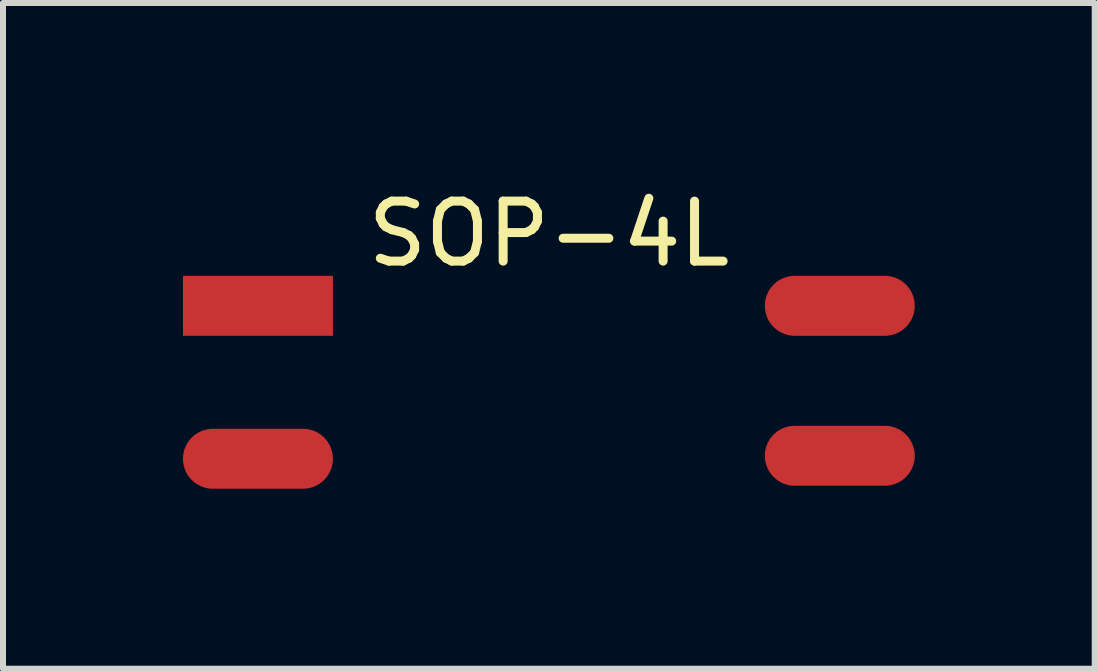
<source format=kicad_pcb>
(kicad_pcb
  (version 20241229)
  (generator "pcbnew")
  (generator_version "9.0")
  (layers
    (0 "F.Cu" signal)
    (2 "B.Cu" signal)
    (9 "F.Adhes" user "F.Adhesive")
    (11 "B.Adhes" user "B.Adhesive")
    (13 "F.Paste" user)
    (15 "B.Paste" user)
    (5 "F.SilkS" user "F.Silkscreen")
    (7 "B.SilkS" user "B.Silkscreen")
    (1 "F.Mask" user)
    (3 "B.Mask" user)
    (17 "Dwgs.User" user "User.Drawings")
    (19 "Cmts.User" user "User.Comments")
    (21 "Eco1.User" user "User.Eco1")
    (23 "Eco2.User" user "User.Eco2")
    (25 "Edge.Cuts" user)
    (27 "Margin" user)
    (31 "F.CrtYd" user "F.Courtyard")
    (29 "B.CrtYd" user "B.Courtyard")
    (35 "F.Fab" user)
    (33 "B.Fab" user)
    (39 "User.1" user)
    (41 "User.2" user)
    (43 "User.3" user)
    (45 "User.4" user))
  (footprint "SOP-4L"
    (layer "F.Cu")
    (at 6.1 3.323)
    (property "Reference" "SOP-4L" (at 0 -2.475 0) (layer "F.SilkS") (effects (font (size 1 1) (thickness 0.15))))
    (pad "1" smd rect (at -4.85 -1.275) (size 2.5 1) (layers "F.Cu" "F.Mask" "F.Paste"))
    (pad "2" smd oval (at -4.85 1.275) (size 2.5 1) (layers "F.Cu" "F.Mask" "F.Paste"))
    (pad "3" smd oval (at 4.85 1.225) (size 2.5 1) (layers "F.Cu" "F.Mask" "F.Paste"))
    (pad "4" smd oval (at 4.85 -1.275) (size 2.5 1) (layers "F.Cu" "F.Mask" "F.Paste")))
  (gr_rect
    (start -3 -3)
    (end 15.2 8.098)
    (stroke (width 0.1) (type default))
    (fill no)
    (layer "Edge.Cuts")))
</source>
